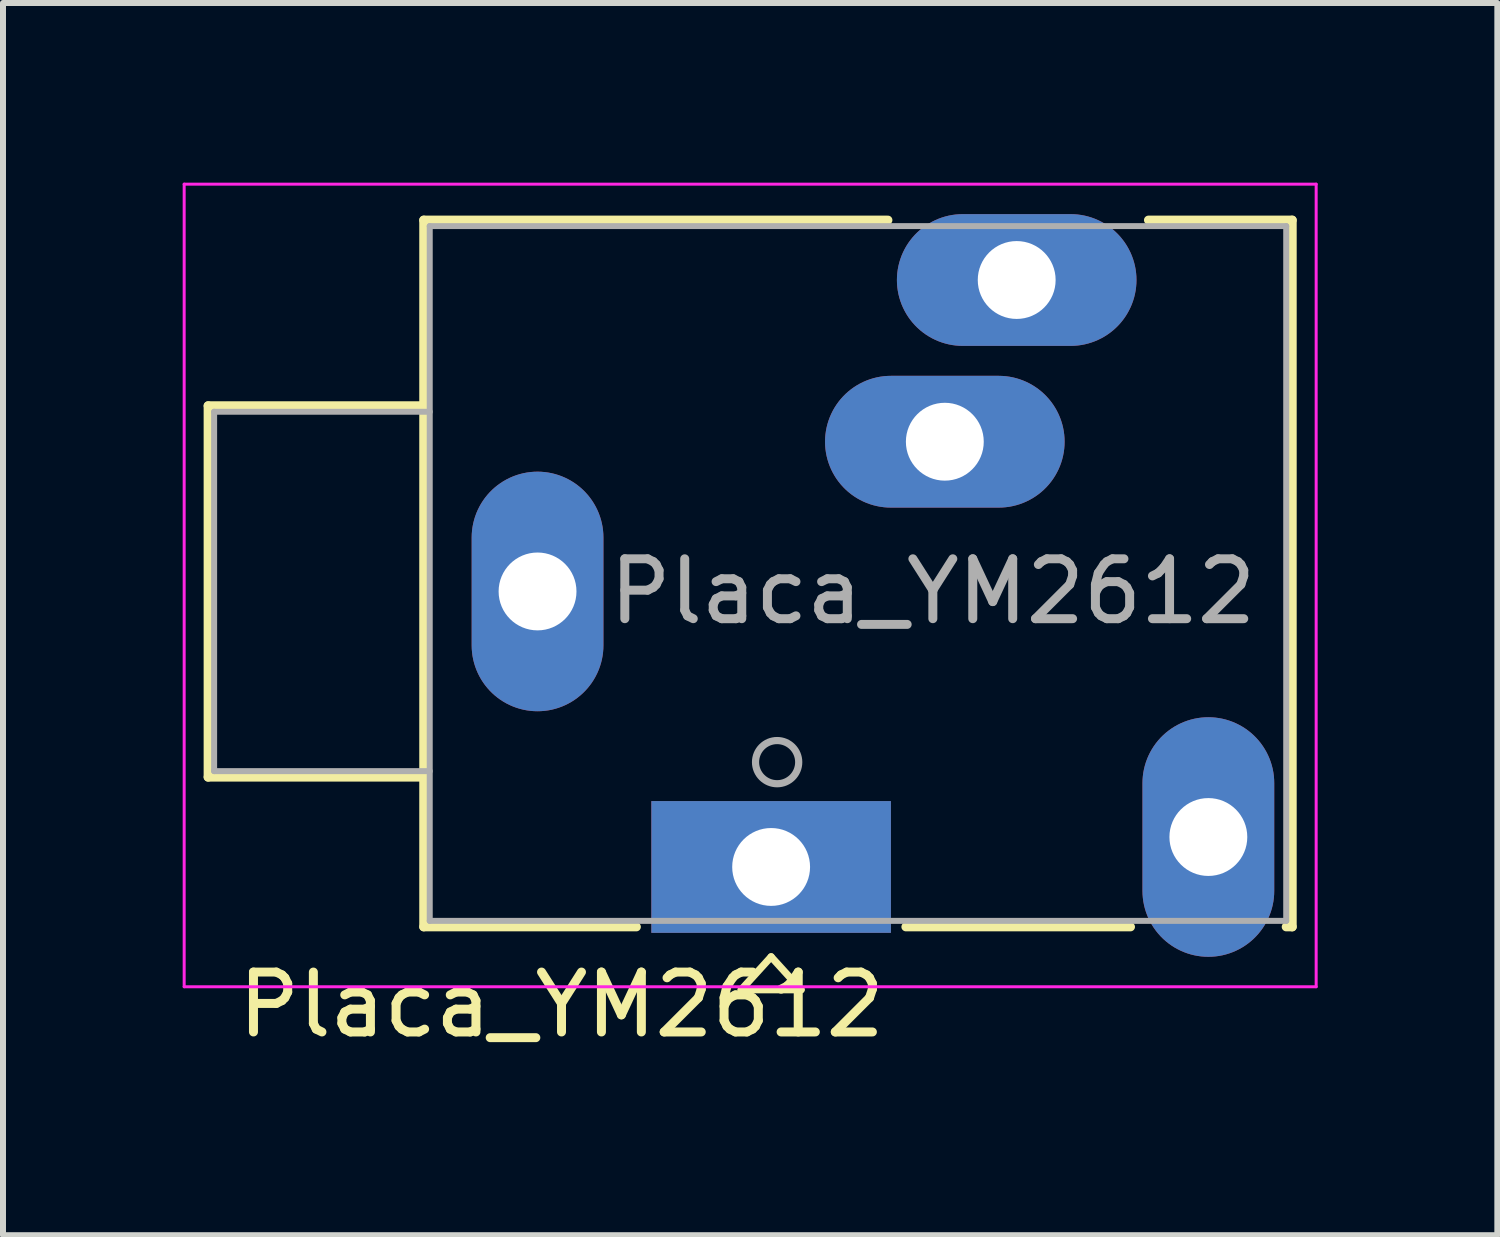
<source format=kicad_pcb>
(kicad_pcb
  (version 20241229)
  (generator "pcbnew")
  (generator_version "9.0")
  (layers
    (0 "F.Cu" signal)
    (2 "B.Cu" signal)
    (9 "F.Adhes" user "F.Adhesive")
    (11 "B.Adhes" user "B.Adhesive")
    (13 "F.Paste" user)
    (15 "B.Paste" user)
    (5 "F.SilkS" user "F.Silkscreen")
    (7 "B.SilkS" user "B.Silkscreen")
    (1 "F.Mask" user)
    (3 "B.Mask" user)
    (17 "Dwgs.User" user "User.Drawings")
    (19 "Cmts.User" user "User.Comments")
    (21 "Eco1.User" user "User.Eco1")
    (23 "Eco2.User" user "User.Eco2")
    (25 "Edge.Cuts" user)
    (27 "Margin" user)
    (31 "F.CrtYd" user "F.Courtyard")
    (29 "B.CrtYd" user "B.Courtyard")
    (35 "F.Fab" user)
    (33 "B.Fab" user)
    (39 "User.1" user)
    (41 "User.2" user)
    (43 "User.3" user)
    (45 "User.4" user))
  (footprint "Placa_YM2612"
    (layer "F.Cu")
    (at 9.825 11.425)
    (property "Reference" "Placa_YM2612" (at -3.5 2.3 0) (layer "F.SilkS") (effects (font (size 1 1) (thickness 0.15))))
    (attr through_hole)
    (fp_line (start -9.4 -7.7) (end -9.4 -1.5) (stroke (width 0.15) (type solid)) (layer "F.SilkS"))
    (fp_line (start -9.4 -1.5) (end -5.8 -1.5) (stroke (width 0.15) (type solid)) (layer "F.SilkS"))
    (fp_line (start -5.8 -10.8) (end 1.95 -10.8) (stroke (width 0.15) (type solid)) (layer "F.SilkS"))
    (fp_line (start -5.8 -7.7) (end -9.4 -7.7) (stroke (width 0.15) (type solid)) (layer "F.SilkS"))
    (fp_line (start -5.8 1) (end -5.8 -10.8) (stroke (width 0.15) (type solid)) (layer "F.SilkS"))
    (fp_line (start -2.25 1) (end -5.8 1) (stroke (width 0.15) (type solid)) (layer "F.SilkS"))
    (fp_line (start -0.5 2.05) (end 0.5 2.05) (stroke (width 0.12) (type solid)) (layer "F.SilkS"))
    (fp_line (start 0 1.5) (end -0.5 2.05) (stroke (width 0.12) (type solid)) (layer "F.SilkS"))
    (fp_line (start 0.5 2.05) (end 0 1.5) (stroke (width 0.12) (type solid)) (layer "F.SilkS"))
    (fp_line (start 6 1) (end 2.25 1) (stroke (width 0.15) (type solid)) (layer "F.SilkS"))
    (fp_line (start 6.3 -10.8) (end 8.7 -10.8) (stroke (width 0.15) (type solid)) (layer "F.SilkS"))
    (fp_line (start 8.7 -10.8) (end 8.7 1) (stroke (width 0.15) (type solid)) (layer "F.SilkS"))
    (fp_line (start 8.7 1) (end 8.6 1) (stroke (width 0.15) (type solid)) (layer "F.SilkS"))
    (fp_line (start -9.8 -11.4) (end -9.8 2) (stroke (width 0.05) (type solid)) (layer "F.CrtYd"))
    (fp_line (start -9.8 2) (end 9.1 2) (stroke (width 0.05) (type solid)) (layer "F.CrtYd"))
    (fp_line (start 9.1 -11.4) (end -9.8 -11.4) (stroke (width 0.05) (type solid)) (layer "F.CrtYd"))
    (fp_line (start 9.1 2) (end 9.1 -11.4) (stroke (width 0.05) (type solid)) (layer "F.CrtYd"))
    (fp_line (start -9.3 -7.6) (end -9.3 -1.6) (stroke (width 0.1) (type solid)) (layer "F.Fab"))
    (fp_line (start -9.3 -7.6) (end -5.7 -7.6) (stroke (width 0.1) (type solid)) (layer "F.Fab"))
    (fp_line (start -9.3 -1.6) (end -5.7 -1.6) (stroke (width 0.1) (type solid)) (layer "F.Fab"))
    (fp_line (start -5.7 -10.7) (end -5.7 0.9) (stroke (width 0.1) (type solid)) (layer "F.Fab"))
    (fp_line (start -5.7 0.9) (end 8.6 0.9) (stroke (width 0.1) (type solid)) (layer "F.Fab"))
    (fp_line (start 8.6 -10.7) (end -5.7 -10.7) (stroke (width 0.1) (type solid)) (layer "F.Fab"))
    (fp_line (start 8.6 0.9) (end 8.6 -10.7) (stroke (width 0.1) (type solid)) (layer "F.Fab"))
    (fp_circle (center 0.1 -1.75) (end 0.4 -1.55) (stroke (width 0.12) (type solid)) (fill no) (layer "F.Fab"))
    (fp_text user "${REFERENCE}" (at 2.7 -4.6 0) (layer "F.Fab") (effects (font (size 1 1) (thickness 0.15))))
    (pad "R" thru_hole oval (at 4.1 -9.8) (size 4 2.2) (drill 1.3) (layers "*.Cu" "*.Mask"))
    (pad "RN" thru_hole oval (at 2.9 -7.1) (size 4 2.2) (drill 1.3) (layers "*.Cu" "*.Mask"))
    (pad "S" thru_hole oval (at -3.9 -4.6) (size 2.2 4) (drill 1.3) (layers "*.Cu" "*.Mask"))
    (pad "T" thru_hole rect (at 0 0) (size 4 2.2) (drill 1.3) (layers "*.Cu" "*.Mask"))
    (pad "TN" thru_hole oval (at 7.3 -0.5 90) (size 4 2.2) (drill 1.3) (layers "*.Cu" "*.Mask")))
  (gr_rect
    (start -3 -3)
    (end 21.95 17.573)
    (stroke (width 0.1) (type default))
    (fill no)
    (layer "Edge.Cuts")))
</source>
